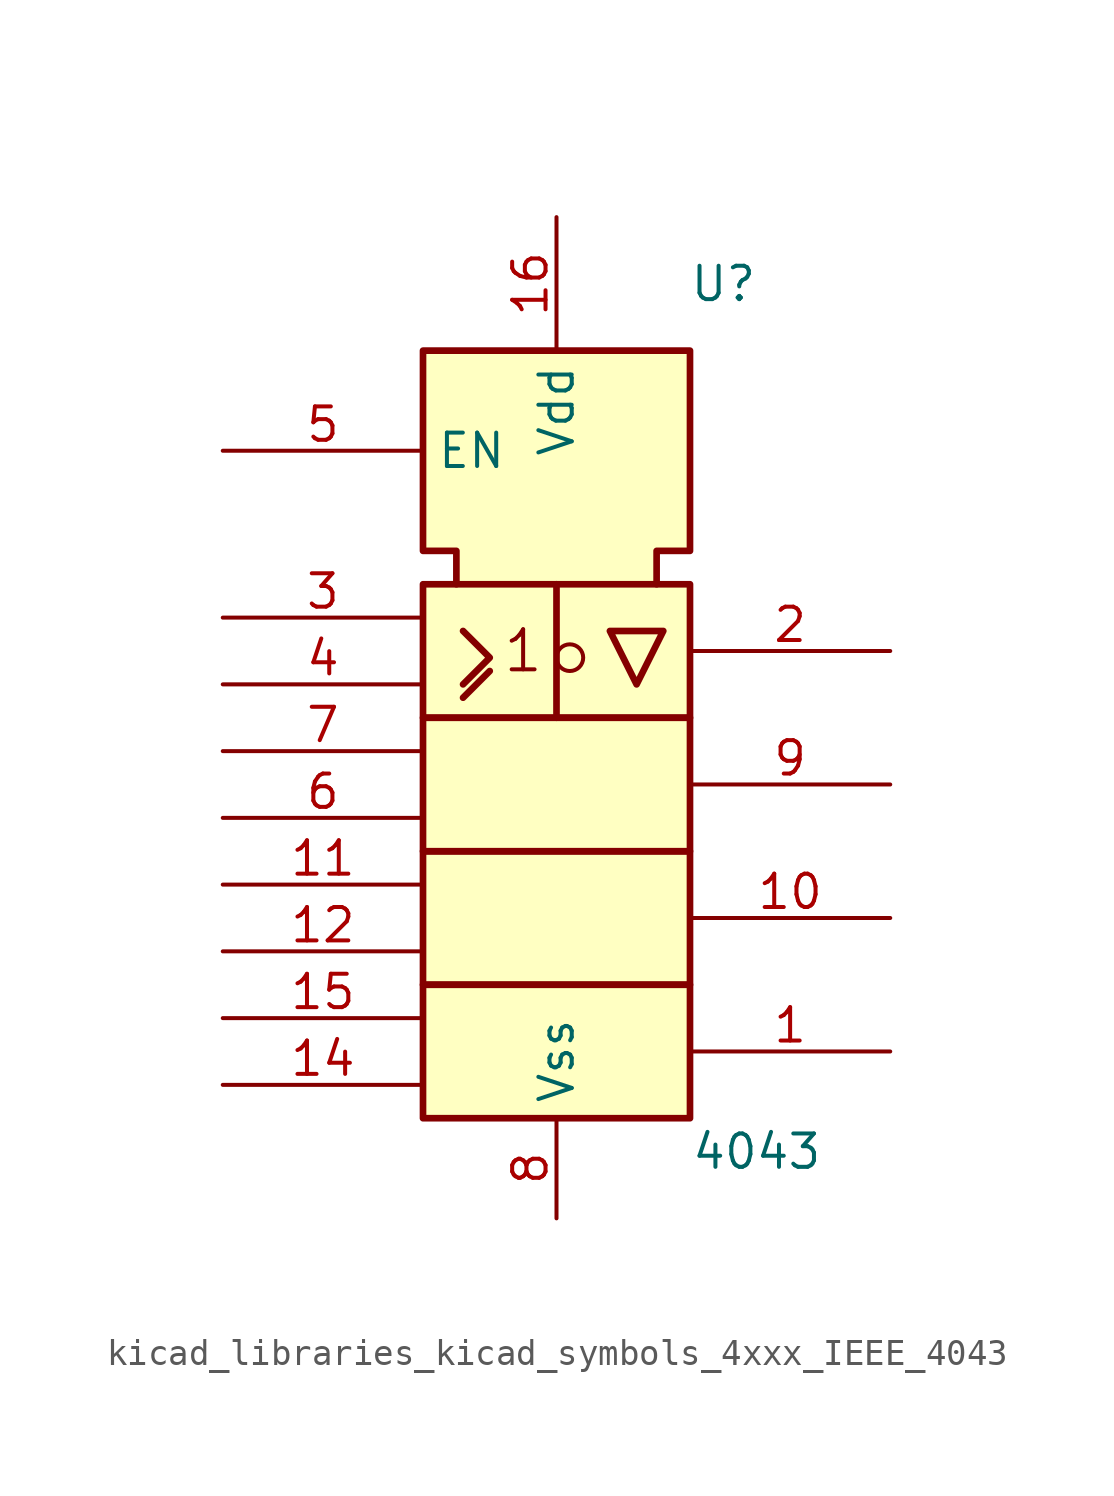
<source format=kicad_sym>
(kicad_symbol_lib
  (version 20220914)
  (generator kicad_symbol_editor)
  (symbol "kicad_libraries_kicad_symbols_4xxx_IEEE_4043"
    (property "Reference" "U"
      (at 6.35 12.7 0)
      (effects (font (size 1.27 1.27))))
    (property "Value" "4043"
      (at 7.62 -20.32 0)
      (effects (font (size 1.27 1.27))))
    (symbol "kicad_libraries_kicad_symbols_4xxx_IEEE_4043_0_0"
      (rectangle (start -5.08 -13.97) (end 5.08 -19.05) (stroke (width 0.254) (type default)) (fill (type background)))
      (rectangle (start -5.08 -8.89) (end 5.08 -13.97) (stroke (width 0.254) (type default)) (fill (type background)))
      (rectangle (start -5.08 -3.81) (end 5.08 -8.89) (stroke (width 0.254) (type default)) (fill (type background)))
      (rectangle (start -5.08 1.27) (end 5.08 -3.81) (stroke (width 0.254) (type default)) (fill (type background)))
      (polyline (pts (xy -3.556 -3.048) (xy -2.54 -2.032) (xy -2.54 -2.032)) (stroke (width 0.254) (type default)) (fill (type background)))
      (polyline (pts (xy 0 1.27) (xy 0 -3.81) (xy 0 -3.81)) (stroke (width 0.254) (type default)) (fill (type background)))
      (polyline (pts (xy -3.556 -0.508) (xy -2.54 -1.524) (xy -3.556 -2.54) (xy -3.556 -2.54)) (stroke (width 0.254) (type default)) (fill (type background)))
      (polyline (pts (xy 2.032 -0.508) (xy 3.048 -2.54) (xy 4.064 -0.508) (xy 2.032 -0.508) (xy 2.032 -0.508)) (stroke (width 0.254) (type default)) (fill (type background)))
      (polyline (pts (xy -3.81 1.27) (xy -3.81 2.54) (xy -5.08 2.54) (xy -5.08 10.16) (xy 5.08 10.16) (xy 5.08 2.54) (xy 3.81 2.54) (xy 3.81 1.27) (xy 3.81 1.27)) (stroke (width 0.254) (type default)) (fill (type background)))
      (circle (center 0.508 -1.524) (radius 0.508) (stroke (width 0) (type default)) (fill (type none)))
      (text "1" (at -1.27 -1.27 0) (effects (font (size 1.524 1.524)))))
    (symbol "kicad_libraries_kicad_symbols_4xxx_IEEE_4043_1_0"
      (pin output line (at 12.7 -16.51 180) (length 7.62) (name "~" (effects (font (size 1.27 1.27)))) (number "1" (effects (font (size 1.27 1.27)))))
      (pin output line (at 12.7 -11.43 180) (length 7.62) (name "~" (effects (font (size 1.27 1.27)))) (number "10" (effects (font (size 1.27 1.27)))))
      (pin input line (at -12.7 -10.16 0) (length 7.62) (name "~" (effects (font (size 1.27 1.27)))) (number "11" (effects (font (size 1.27 1.27)))))
      (pin input line (at -12.7 -12.7 0) (length 7.62) (name "~" (effects (font (size 1.27 1.27)))) (number "12" (effects (font (size 1.27 1.27)))))
      (pin input line (at -12.7 -17.78 0) (length 7.62) (name "~" (effects (font (size 1.27 1.27)))) (number "14" (effects (font (size 1.27 1.27)))))
      (pin input line (at -12.7 -15.24 0) (length 7.62) (name "~" (effects (font (size 1.27 1.27)))) (number "15" (effects (font (size 1.27 1.27)))))
      (pin power_in line (at 0 15.24 270) (length 5.08) (name "Vdd" (effects (font (size 1.27 1.27)))) (number "16" (effects (font (size 1.27 1.27)))))
      (pin output line (at 12.7 -1.27 180) (length 7.62) (name "~" (effects (font (size 1.27 1.27)))) (number "2" (effects (font (size 1.27 1.27)))))
      (pin input line (at -12.7 0 0) (length 7.62) (name "~" (effects (font (size 1.27 1.27)))) (number "3" (effects (font (size 1.27 1.27)))))
      (pin input line (at -12.7 -2.54 0) (length 7.62) (name "~" (effects (font (size 1.27 1.27)))) (number "4" (effects (font (size 1.27 1.27)))))
      (pin input line (at -12.7 6.35 0) (length 7.62) (name "EN" (effects (font (size 1.27 1.27)))) (number "5" (effects (font (size 1.27 1.27)))))
      (pin input line (at -12.7 -7.62 0) (length 7.62) (name "~" (effects (font (size 1.27 1.27)))) (number "6" (effects (font (size 1.27 1.27)))))
      (pin input line (at -12.7 -5.08 0) (length 7.62) (name "~" (effects (font (size 1.27 1.27)))) (number "7" (effects (font (size 1.27 1.27)))))
      (pin power_in line (at 0 -22.86 90) (length 3.81) (name "Vss" (effects (font (size 1.27 1.27)))) (number "8" (effects (font (size 1.27 1.27)))))
      (pin output line (at 12.7 -6.35 180) (length 7.62) (name "~" (effects (font (size 1.27 1.27)))) (number "9" (effects (font (size 1.27 1.27))))))))
</source>
